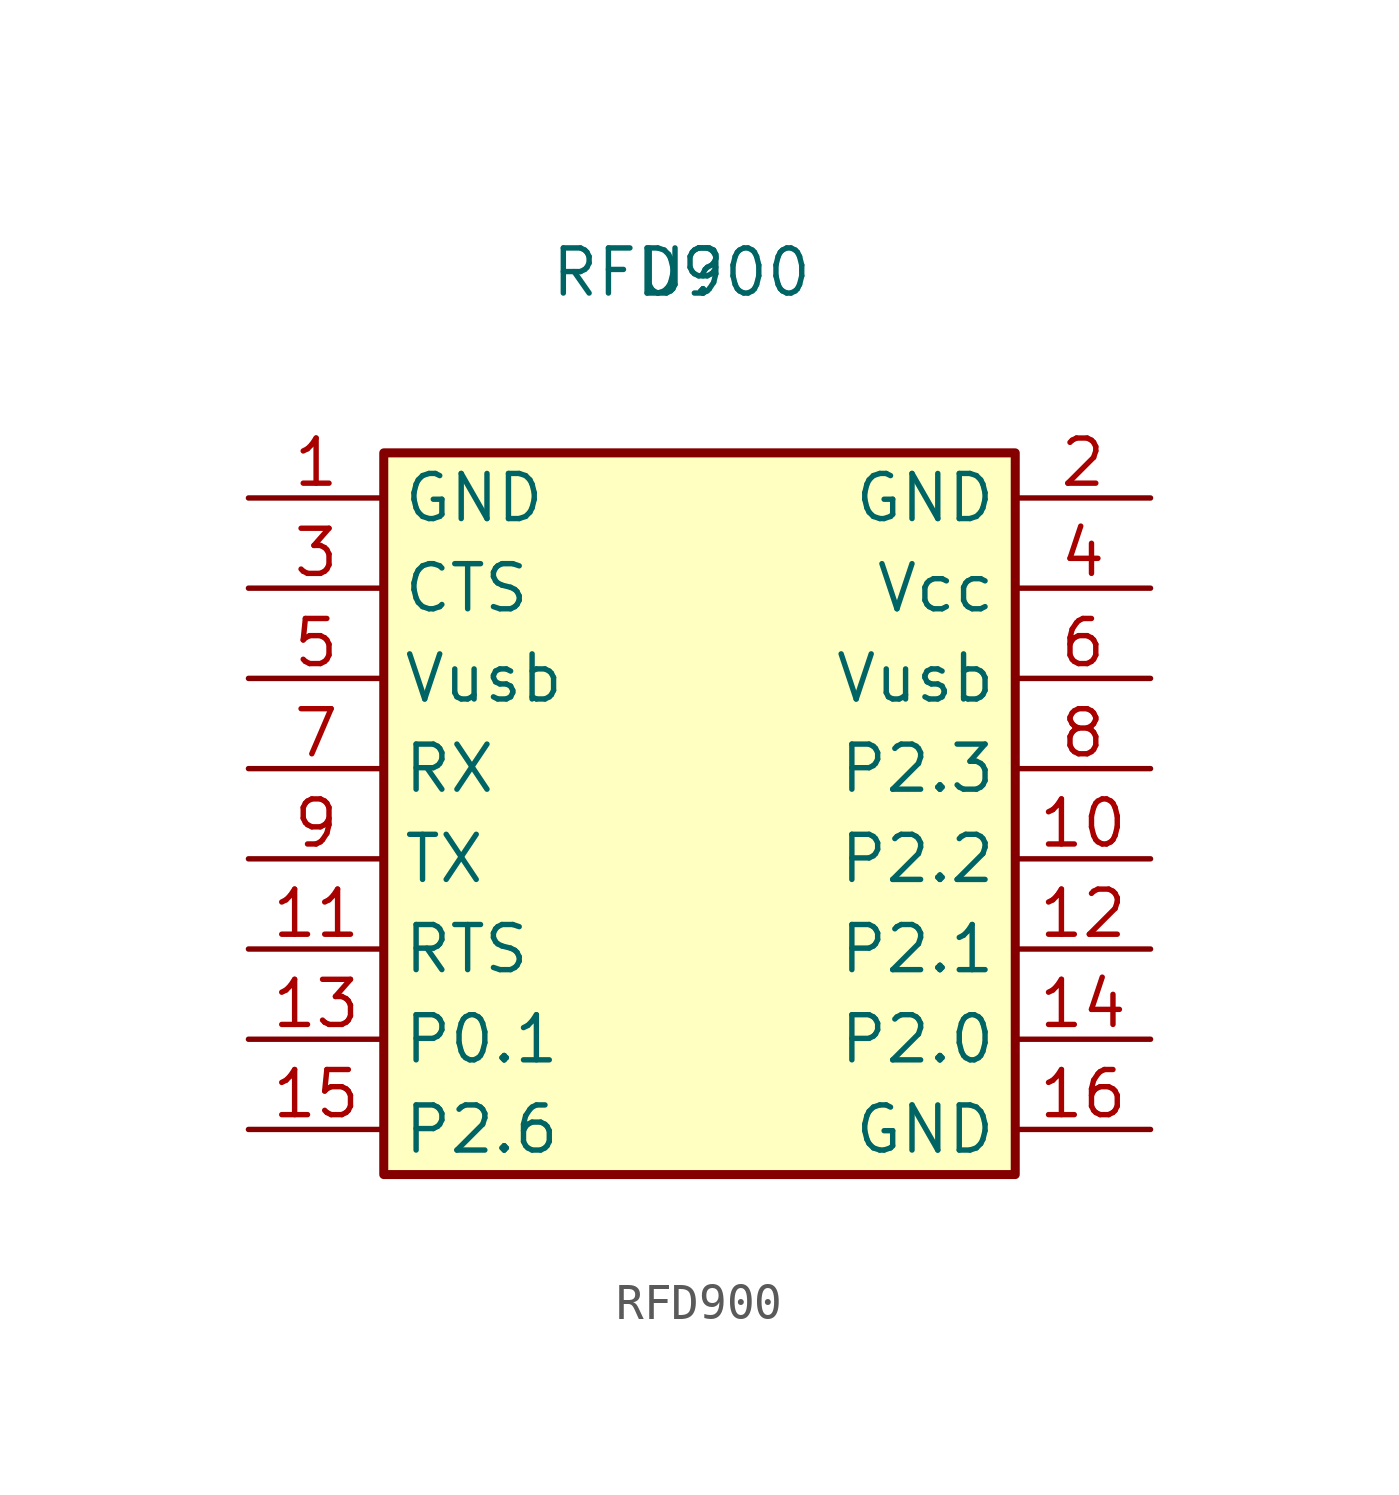
<source format=kicad_sym>
(kicad_symbol_lib
  (version 20241209)
  (generator "kicad_symbol_editor")
  (generator_version "9.0")
  (symbol "RFD900"
    (property "Reference" "U"
      (at -0.508 15.24 0)
      (effects (font (size 1.27 1.27))))
    (property "Value" "RFD900"
      (at -0.508 15.24 0)
      (effects (font (size 1.27 1.27))))
    (symbol "RFD900_1_1"
      (rectangle (start -8.89 10.16) (end 8.89 -10.16) (stroke (width 0.254) (type default)) (fill (type background)))
      (pin power_in line (at -12.7 8.89 0) (length 3.81) (name "GND" (effects (font (size 1.27 1.27)))) (number "1" (effects (font (size 1.27 1.27)))))
      (pin passive line (at -12.7 6.35 0) (length 3.81) (name "CTS" (effects (font (size 1.27 1.27)))) (number "3" (effects (font (size 1.27 1.27)))))
      (pin power_in line (at -12.7 3.81 0) (length 3.81) (name "Vusb" (effects (font (size 1.27 1.27)))) (number "5" (effects (font (size 1.27 1.27)))))
      (pin input line (at -12.7 1.27 0) (length 3.81) (name "RX" (effects (font (size 1.27 1.27)))) (number "7" (effects (font (size 1.27 1.27)))))
      (pin output line (at -12.7 -1.27 0) (length 3.81) (name "TX" (effects (font (size 1.27 1.27)))) (number "9" (effects (font (size 1.27 1.27)))))
      (pin bidirectional line (at -12.7 -3.81 0) (length 3.81) (name "RTS" (effects (font (size 1.27 1.27)))) (number "11" (effects (font (size 1.27 1.27)))))
      (pin bidirectional line (at -12.7 -6.35 0) (length 3.81) (name "P0.1" (effects (font (size 1.27 1.27)))) (number "13" (effects (font (size 1.27 1.27)))))
      (pin bidirectional line (at -12.7 -8.89 0) (length 3.81) (name "P2.6" (effects (font (size 1.27 1.27)))) (number "15" (effects (font (size 1.27 1.27)))))
      (pin power_in line (at 12.7 8.89 180) (length 3.81) (name "GND" (effects (font (size 1.27 1.27)))) (number "2" (effects (font (size 1.27 1.27)))))
      (pin power_in line (at 12.7 6.35 180) (length 3.81) (name "Vcc" (effects (font (size 1.27 1.27)))) (number "4" (effects (font (size 1.27 1.27)))))
      (pin power_in line (at 12.7 3.81 180) (length 3.81) (name "Vusb" (effects (font (size 1.27 1.27)))) (number "6" (effects (font (size 1.27 1.27)))))
      (pin bidirectional line (at 12.7 1.27 180) (length 3.81) (name "P2.3" (effects (font (size 1.27 1.27)))) (number "8" (effects (font (size 1.27 1.27)))))
      (pin bidirectional line (at 12.7 -1.27 180) (length 3.81) (name "P2.2" (effects (font (size 1.27 1.27)))) (number "10" (effects (font (size 1.27 1.27)))))
      (pin bidirectional line (at 12.7 -3.81 180) (length 3.81) (name "P2.1" (effects (font (size 1.27 1.27)))) (number "12" (effects (font (size 1.27 1.27)))))
      (pin bidirectional line (at 12.7 -6.35 180) (length 3.81) (name "P2.0" (effects (font (size 1.27 1.27)))) (number "14" (effects (font (size 1.27 1.27)))))
      (pin power_in line (at 12.7 -8.89 180) (length 3.81) (name "GND" (effects (font (size 1.27 1.27)))) (number "16" (effects (font (size 1.27 1.27))))))))
</source>
